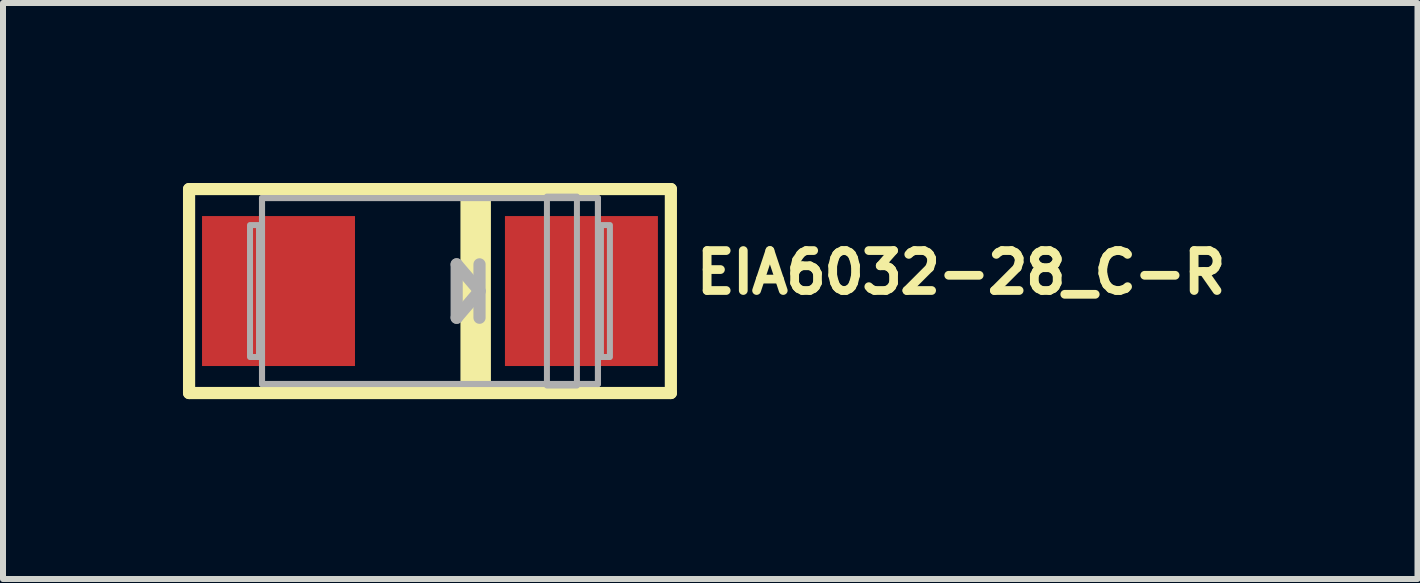
<source format=kicad_pcb>
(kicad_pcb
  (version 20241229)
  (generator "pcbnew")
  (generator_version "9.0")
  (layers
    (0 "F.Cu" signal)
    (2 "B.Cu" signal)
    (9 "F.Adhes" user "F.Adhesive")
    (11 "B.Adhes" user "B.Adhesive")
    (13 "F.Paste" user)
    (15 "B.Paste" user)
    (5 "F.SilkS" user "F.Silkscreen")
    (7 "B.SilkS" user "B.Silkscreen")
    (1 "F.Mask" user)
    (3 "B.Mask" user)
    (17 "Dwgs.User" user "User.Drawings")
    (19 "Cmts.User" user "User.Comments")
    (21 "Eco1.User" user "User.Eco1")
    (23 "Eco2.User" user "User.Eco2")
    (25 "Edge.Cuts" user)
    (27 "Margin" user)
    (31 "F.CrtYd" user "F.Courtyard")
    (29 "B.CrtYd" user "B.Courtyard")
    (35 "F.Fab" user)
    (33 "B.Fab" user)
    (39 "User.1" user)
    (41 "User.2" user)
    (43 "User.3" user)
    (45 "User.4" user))
  (footprint "EIA6032-28_C-R"
    (layer "F.Cu")
    (at 4.118 1.802)
    (property "Reference" "EIA6032-28_C-R" (at 4.366 0.08 0) (unlocked yes) (layer "F.SilkS") (effects (font (size 0.666 0.666) (thickness 0.146)) (justify left bottom)))
    (fp_line (start -4.016 -1.7) (end 4.016 -1.7) (stroke (width 0.203) (type solid)) (layer "F.SilkS"))
    (fp_line (start -4.016 1.7) (end -4.016 -1.7) (stroke (width 0.203) (type solid)) (layer "F.SilkS"))
    (fp_line (start -4.016 1.7) (end 4.016 1.7) (stroke (width 0.203) (type solid)) (layer "F.SilkS"))
    (fp_line (start 4.016 1.7) (end 4.016 -1.7) (stroke (width 0.203) (type solid)) (layer "F.SilkS"))
    (fp_poly (pts (xy 0.508 1.778) (xy 1.016 1.778) (xy 1.016 -1.778) (xy 0.508 -1.778)) (stroke (width 0) (type default)) (fill yes) (layer "F.SilkS"))
    (fp_line (start -2.8 -1.55) (end 2.8 -1.55) (stroke (width 0.102) (type solid)) (layer "F.Fab"))
    (fp_line (start -2.8 1.55) (end -2.8 -1.55) (stroke (width 0.102) (type solid)) (layer "F.Fab"))
    (fp_line (start 0.445 -0.445) (end 0.445 0.445) (stroke (width 0.203) (type solid)) (layer "F.Fab"))
    (fp_line (start 0.445 0.445) (end 0.826 0) (stroke (width 0.203) (type solid)) (layer "F.Fab"))
    (fp_line (start 0.826 -0.445) (end 0.826 0.445) (stroke (width 0.203) (type solid)) (layer "F.Fab"))
    (fp_line (start 0.826 0) (end 0.445 -0.445) (stroke (width 0.203) (type solid)) (layer "F.Fab"))
    (fp_line (start 2.8 -1.55) (end 2.8 1.55) (stroke (width 0.102) (type solid)) (layer "F.Fab"))
    (fp_line (start 2.8 1.55) (end -2.8 1.55) (stroke (width 0.102) (type solid)) (layer "F.Fab"))
    (fp_poly (pts (xy -3 1.1) (xy -2.85 1.1) (xy -2.85 -1.1) (xy -3 -1.1)) (stroke (width 0.1) (type default)) (fill no) (layer "F.Fab"))
    (fp_poly (pts (xy 1.95 1.575) (xy 2.45 1.575) (xy 2.45 -1.575) (xy 1.95 -1.575)) (stroke (width 0.1) (type default)) (fill no) (layer "F.Fab"))
    (fp_poly (pts (xy 2.85 1.1) (xy 3 1.1) (xy 3 -1.1) (xy 2.85 -1.1)) (stroke (width 0.1) (type default)) (fill no) (layer "F.Fab"))
    (pad "+" smd rect (at 2.525 0) (size 2.55 2.5) (layers "F.Cu" "F.Mask" "F.Paste"))
    (pad "-" smd rect (at -2.525 0) (size 2.55 2.5) (layers "F.Cu" "F.Mask" "F.Paste")))
  (gr_rect
    (start -3 -3)
    (end 20.581 6.603)
    (stroke (width 0.1) (type default))
    (fill no)
    (layer "Edge.Cuts")))
</source>
